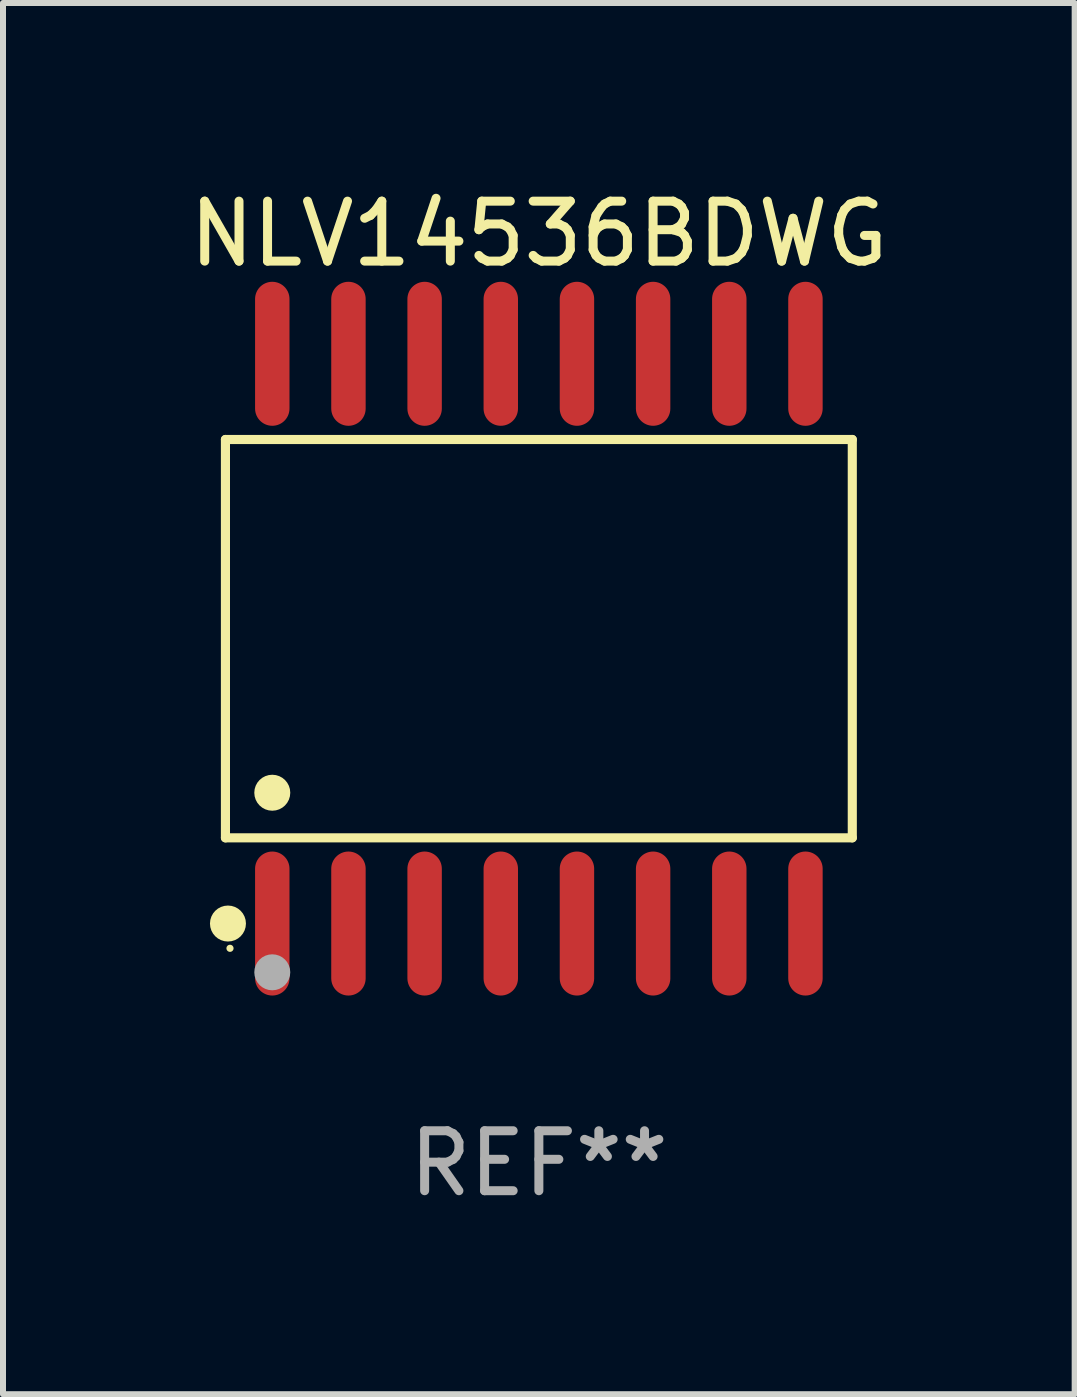
<source format=kicad_pcb>
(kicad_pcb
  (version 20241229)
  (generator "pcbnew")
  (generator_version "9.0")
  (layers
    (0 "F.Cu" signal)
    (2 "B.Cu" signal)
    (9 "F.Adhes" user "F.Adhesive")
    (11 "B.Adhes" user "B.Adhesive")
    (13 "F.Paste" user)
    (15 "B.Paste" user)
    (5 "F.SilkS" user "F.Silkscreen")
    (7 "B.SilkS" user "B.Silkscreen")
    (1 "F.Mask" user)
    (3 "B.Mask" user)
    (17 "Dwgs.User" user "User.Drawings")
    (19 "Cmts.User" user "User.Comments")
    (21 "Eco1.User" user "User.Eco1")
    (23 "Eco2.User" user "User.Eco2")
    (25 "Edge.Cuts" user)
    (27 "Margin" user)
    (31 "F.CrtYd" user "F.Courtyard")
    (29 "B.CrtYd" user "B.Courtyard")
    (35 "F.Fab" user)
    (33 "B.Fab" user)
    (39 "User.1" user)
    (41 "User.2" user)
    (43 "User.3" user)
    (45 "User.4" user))
  (footprint "NLV14536BDWG"
    (layer "F.Cu")
    (at 5.935 7.599)
    (property "Reference" "NLV14536BDWG" (at 0 -6.75 0) (layer "F.SilkS") (effects (font (size 1 1) (thickness 0.15))))
    (attr through_hole)
    (fp_line (start -5.226 -3.321) (end 5.226 -3.321) (stroke (width 0.152) (type solid)) (layer "F.SilkS"))
    (fp_line (start -5.226 3.321) (end -5.226 -3.321) (stroke (width 0.152) (type solid)) (layer "F.SilkS"))
    (fp_line (start 5.226 -3.321) (end 5.226 3.321) (stroke (width 0.152) (type solid)) (layer "F.SilkS"))
    (fp_line (start 5.226 3.321) (end -5.226 3.321) (stroke (width 0.152) (type solid)) (layer "F.SilkS"))
    (fp_circle (center -5.184 4.75) (end -5.034 4.75) (stroke (width 0.3) (type solid)) (fill no) (layer "F.SilkS"))
    (fp_circle (center -5.15 5.163) (end -5.12 5.163) (stroke (width 0.06) (type solid)) (fill no) (layer "F.SilkS"))
    (fp_circle (center -4.445 2.569) (end -4.295 2.569) (stroke (width 0.3) (type solid)) (fill no) (layer "F.SilkS"))
    (fp_circle (center -4.445 5.563) (end -4.295 5.563) (stroke (width 0.3) (type solid)) (fill no) (layer "F.Fab"))
    (fp_text user "REF**" (at 0 8.75 0) (layer "F.Fab") (effects (font (size 1 1) (thickness 0.15))))
    (pad "1" smd oval (at -4.445 4.75) (size 0.574 2.401) (layers "F.Cu" "F.Mask" "F.Paste"))
    (pad "2" smd oval (at -3.175 4.75) (size 0.574 2.401) (layers "F.Cu" "F.Mask" "F.Paste"))
    (pad "3" smd oval (at -1.905 4.75) (size 0.574 2.401) (layers "F.Cu" "F.Mask" "F.Paste"))
    (pad "4" smd oval (at -0.635 4.75) (size 0.574 2.401) (layers "F.Cu" "F.Mask" "F.Paste"))
    (pad "5" smd oval (at 0.635 4.75) (size 0.574 2.401) (layers "F.Cu" "F.Mask" "F.Paste"))
    (pad "6" smd oval (at 1.905 4.75) (size 0.574 2.401) (layers "F.Cu" "F.Mask" "F.Paste"))
    (pad "7" smd oval (at 3.175 4.75) (size 0.574 2.401) (layers "F.Cu" "F.Mask" "F.Paste"))
    (pad "8" smd oval (at 4.445 4.75) (size 0.574 2.401) (layers "F.Cu" "F.Mask" "F.Paste"))
    (pad "9" smd oval (at 4.445 -4.75) (size 0.574 2.401) (layers "F.Cu" "F.Mask" "F.Paste"))
    (pad "10" smd oval (at 3.175 -4.75) (size 0.574 2.401) (layers "F.Cu" "F.Mask" "F.Paste"))
    (pad "11" smd oval (at 1.905 -4.75) (size 0.574 2.401) (layers "F.Cu" "F.Mask" "F.Paste"))
    (pad "12" smd oval (at 0.635 -4.75) (size 0.574 2.401) (layers "F.Cu" "F.Mask" "F.Paste"))
    (pad "13" smd oval (at -0.635 -4.75) (size 0.574 2.401) (layers "F.Cu" "F.Mask" "F.Paste"))
    (pad "14" smd oval (at -1.905 -4.75) (size 0.574 2.401) (layers "F.Cu" "F.Mask" "F.Paste"))
    (pad "15" smd oval (at -3.175 -4.75) (size 0.574 2.401) (layers "F.Cu" "F.Mask" "F.Paste"))
    (pad "16" smd oval (at -4.445 -4.75) (size 0.574 2.401) (layers "F.Cu" "F.Mask" "F.Paste")))
  (gr_rect
    (start -3 -3)
    (end 14.869 20.197)
    (stroke (width 0.1) (type default))
    (fill no)
    (layer "Edge.Cuts")))
</source>
